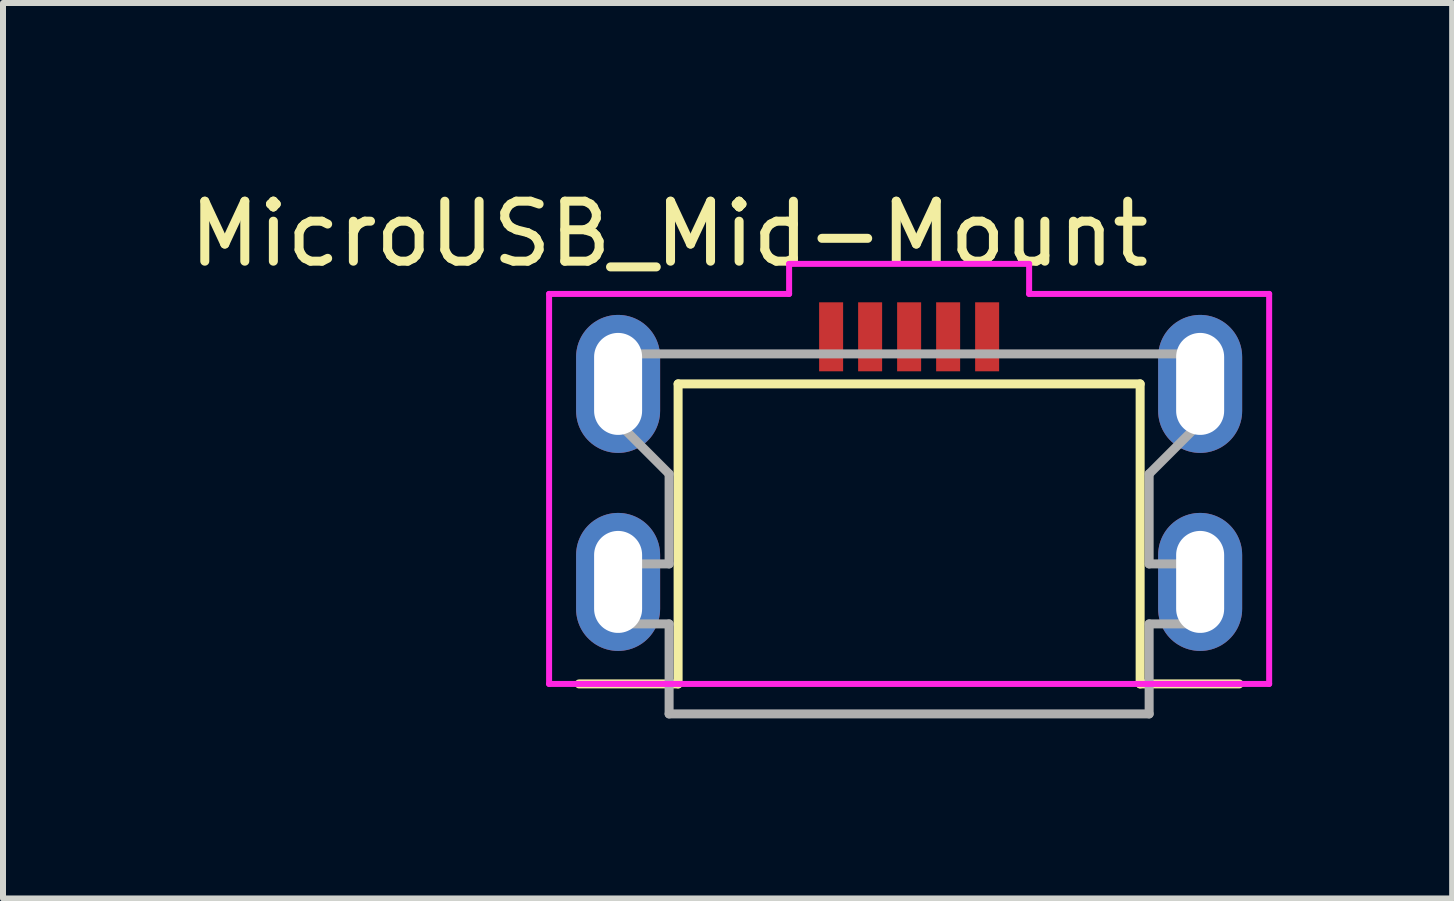
<source format=kicad_pcb>
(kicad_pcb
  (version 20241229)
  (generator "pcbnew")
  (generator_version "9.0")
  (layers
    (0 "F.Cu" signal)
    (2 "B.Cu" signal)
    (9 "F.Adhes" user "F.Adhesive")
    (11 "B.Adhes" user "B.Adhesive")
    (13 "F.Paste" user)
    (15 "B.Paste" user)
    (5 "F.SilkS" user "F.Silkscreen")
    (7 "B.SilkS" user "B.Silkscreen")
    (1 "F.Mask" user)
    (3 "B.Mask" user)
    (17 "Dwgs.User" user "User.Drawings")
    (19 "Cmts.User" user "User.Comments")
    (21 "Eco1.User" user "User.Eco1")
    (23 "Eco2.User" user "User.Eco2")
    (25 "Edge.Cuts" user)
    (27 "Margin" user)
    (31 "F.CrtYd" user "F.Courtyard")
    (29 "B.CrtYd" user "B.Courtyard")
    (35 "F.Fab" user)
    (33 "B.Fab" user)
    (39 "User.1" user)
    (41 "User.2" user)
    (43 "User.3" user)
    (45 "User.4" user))
  (footprint "MicroUSB_Mid-Mount"
    (layer "F.Cu")
    (at 12.101 3.348)
    (property "Reference" "MicroUSB_Mid-Mount" (at -4 -2.5 0) (layer "F.SilkS") (effects (font (size 1 1) (thickness 0.15))))
    (attr through_hole)
    (fp_line (start -3.85 0) (end 3.85 0) (stroke (width 0.15) (type solid)) (layer "F.SilkS"))
    (fp_line (start -3.85 5) (end -5.5 5) (stroke (width 0.15) (type solid)) (layer "F.SilkS"))
    (fp_line (start -3.85 5) (end -3.85 0) (stroke (width 0.15) (type solid)) (layer "F.SilkS"))
    (fp_line (start 3.85 5) (end 3.85 0) (stroke (width 0.15) (type solid)) (layer "F.SilkS"))
    (fp_line (start 3.85 5) (end 5.5 5) (stroke (width 0.15) (type solid)) (layer "F.SilkS"))
    (fp_line (start -6 -1.5) (end -2 -1.5) (stroke (width 0.1) (type solid)) (layer "F.CrtYd"))
    (fp_line (start -6 5) (end -6 -1.5) (stroke (width 0.1) (type solid)) (layer "F.CrtYd"))
    (fp_line (start -2 -2) (end 2 -2) (stroke (width 0.1) (type solid)) (layer "F.CrtYd"))
    (fp_line (start -2 -1.5) (end -2 -2) (stroke (width 0.1) (type solid)) (layer "F.CrtYd"))
    (fp_line (start 2 -2) (end 2 -1.5) (stroke (width 0.1) (type solid)) (layer "F.CrtYd"))
    (fp_line (start 2 -1.5) (end 6 -1.5) (stroke (width 0.1) (type solid)) (layer "F.CrtYd"))
    (fp_line (start 6 -1.5) (end 6 5) (stroke (width 0.1) (type solid)) (layer "F.CrtYd"))
    (fp_line (start 6 5) (end -6 5) (stroke (width 0.1) (type solid)) (layer "F.CrtYd"))
    (fp_line (start -5 -0.5) (end -5 0.5) (stroke (width 0.15) (type solid)) (layer "F.Fab"))
    (fp_line (start -5 0.5) (end -4 1.5) (stroke (width 0.15) (type solid)) (layer "F.Fab"))
    (fp_line (start -5 3) (end -5 4) (stroke (width 0.15) (type solid)) (layer "F.Fab"))
    (fp_line (start -5 4) (end -4 4) (stroke (width 0.15) (type solid)) (layer "F.Fab"))
    (fp_line (start -4 1.5) (end -4 3) (stroke (width 0.15) (type solid)) (layer "F.Fab"))
    (fp_line (start -4 3) (end -5 3) (stroke (width 0.15) (type solid)) (layer "F.Fab"))
    (fp_line (start -4 4) (end -4 5.5) (stroke (width 0.15) (type solid)) (layer "F.Fab"))
    (fp_line (start -4 5.5) (end 4 5.5) (stroke (width 0.15) (type solid)) (layer "F.Fab"))
    (fp_line (start 4 1.5) (end 5 0.5) (stroke (width 0.15) (type solid)) (layer "F.Fab"))
    (fp_line (start 4 3) (end 4 1.5) (stroke (width 0.15) (type solid)) (layer "F.Fab"))
    (fp_line (start 4 4) (end 5 4) (stroke (width 0.15) (type solid)) (layer "F.Fab"))
    (fp_line (start 4 5.5) (end 4 4) (stroke (width 0.15) (type solid)) (layer "F.Fab"))
    (fp_line (start 5 -0.5) (end -5 -0.5) (stroke (width 0.15) (type solid)) (layer "F.Fab"))
    (fp_line (start 5 0.5) (end 5 -0.5) (stroke (width 0.15) (type solid)) (layer "F.Fab"))
    (fp_line (start 5 3) (end 4 3) (stroke (width 0.15) (type solid)) (layer "F.Fab"))
    (fp_line (start 5 4) (end 5 3) (stroke (width 0.15) (type solid)) (layer "F.Fab"))
    (pad "1" smd rect (at -1.3 -0.785) (size 0.4 1.15) (layers "F.Cu" "F.Mask" "F.Paste"))
    (pad "2" smd rect (at -0.65 -0.785) (size 0.4 1.15) (layers "F.Cu" "F.Mask" "F.Paste"))
    (pad "3" smd rect (at 0 -0.785) (size 0.4 1.15) (layers "F.Cu" "F.Mask" "F.Paste"))
    (pad "4" smd rect (at 0.65 -0.785) (size 0.4 1.15) (layers "F.Cu" "F.Mask" "F.Paste"))
    (pad "5" smd rect (at 1.3 -0.785) (size 0.4 1.15) (layers "F.Cu" "F.Mask" "F.Paste"))
    (pad "6" thru_hole oval (at -4.85 0) (size 1.4 2.3) (drill oval 0.8 1.7) (layers "*.Cu" "*.Mask"))
    (pad "6" thru_hole oval (at -4.85 3.3) (size 1.4 2.3) (drill oval 0.8 1.7) (layers "*.Cu" "*.Mask"))
    (pad "6" thru_hole oval (at 4.85 0) (size 1.4 2.3) (drill oval 0.8 1.7) (layers "*.Cu" "*.Mask"))
    (pad "6" thru_hole oval (at 4.85 3.3) (size 1.4 2.3) (drill oval 0.8 1.7) (layers "*.Cu" "*.Mask")))
  (gr_rect
    (start -3 -3)
    (end 21.151 11.923)
    (stroke (width 0.1) (type default))
    (fill no)
    (layer "Edge.Cuts")))
</source>
